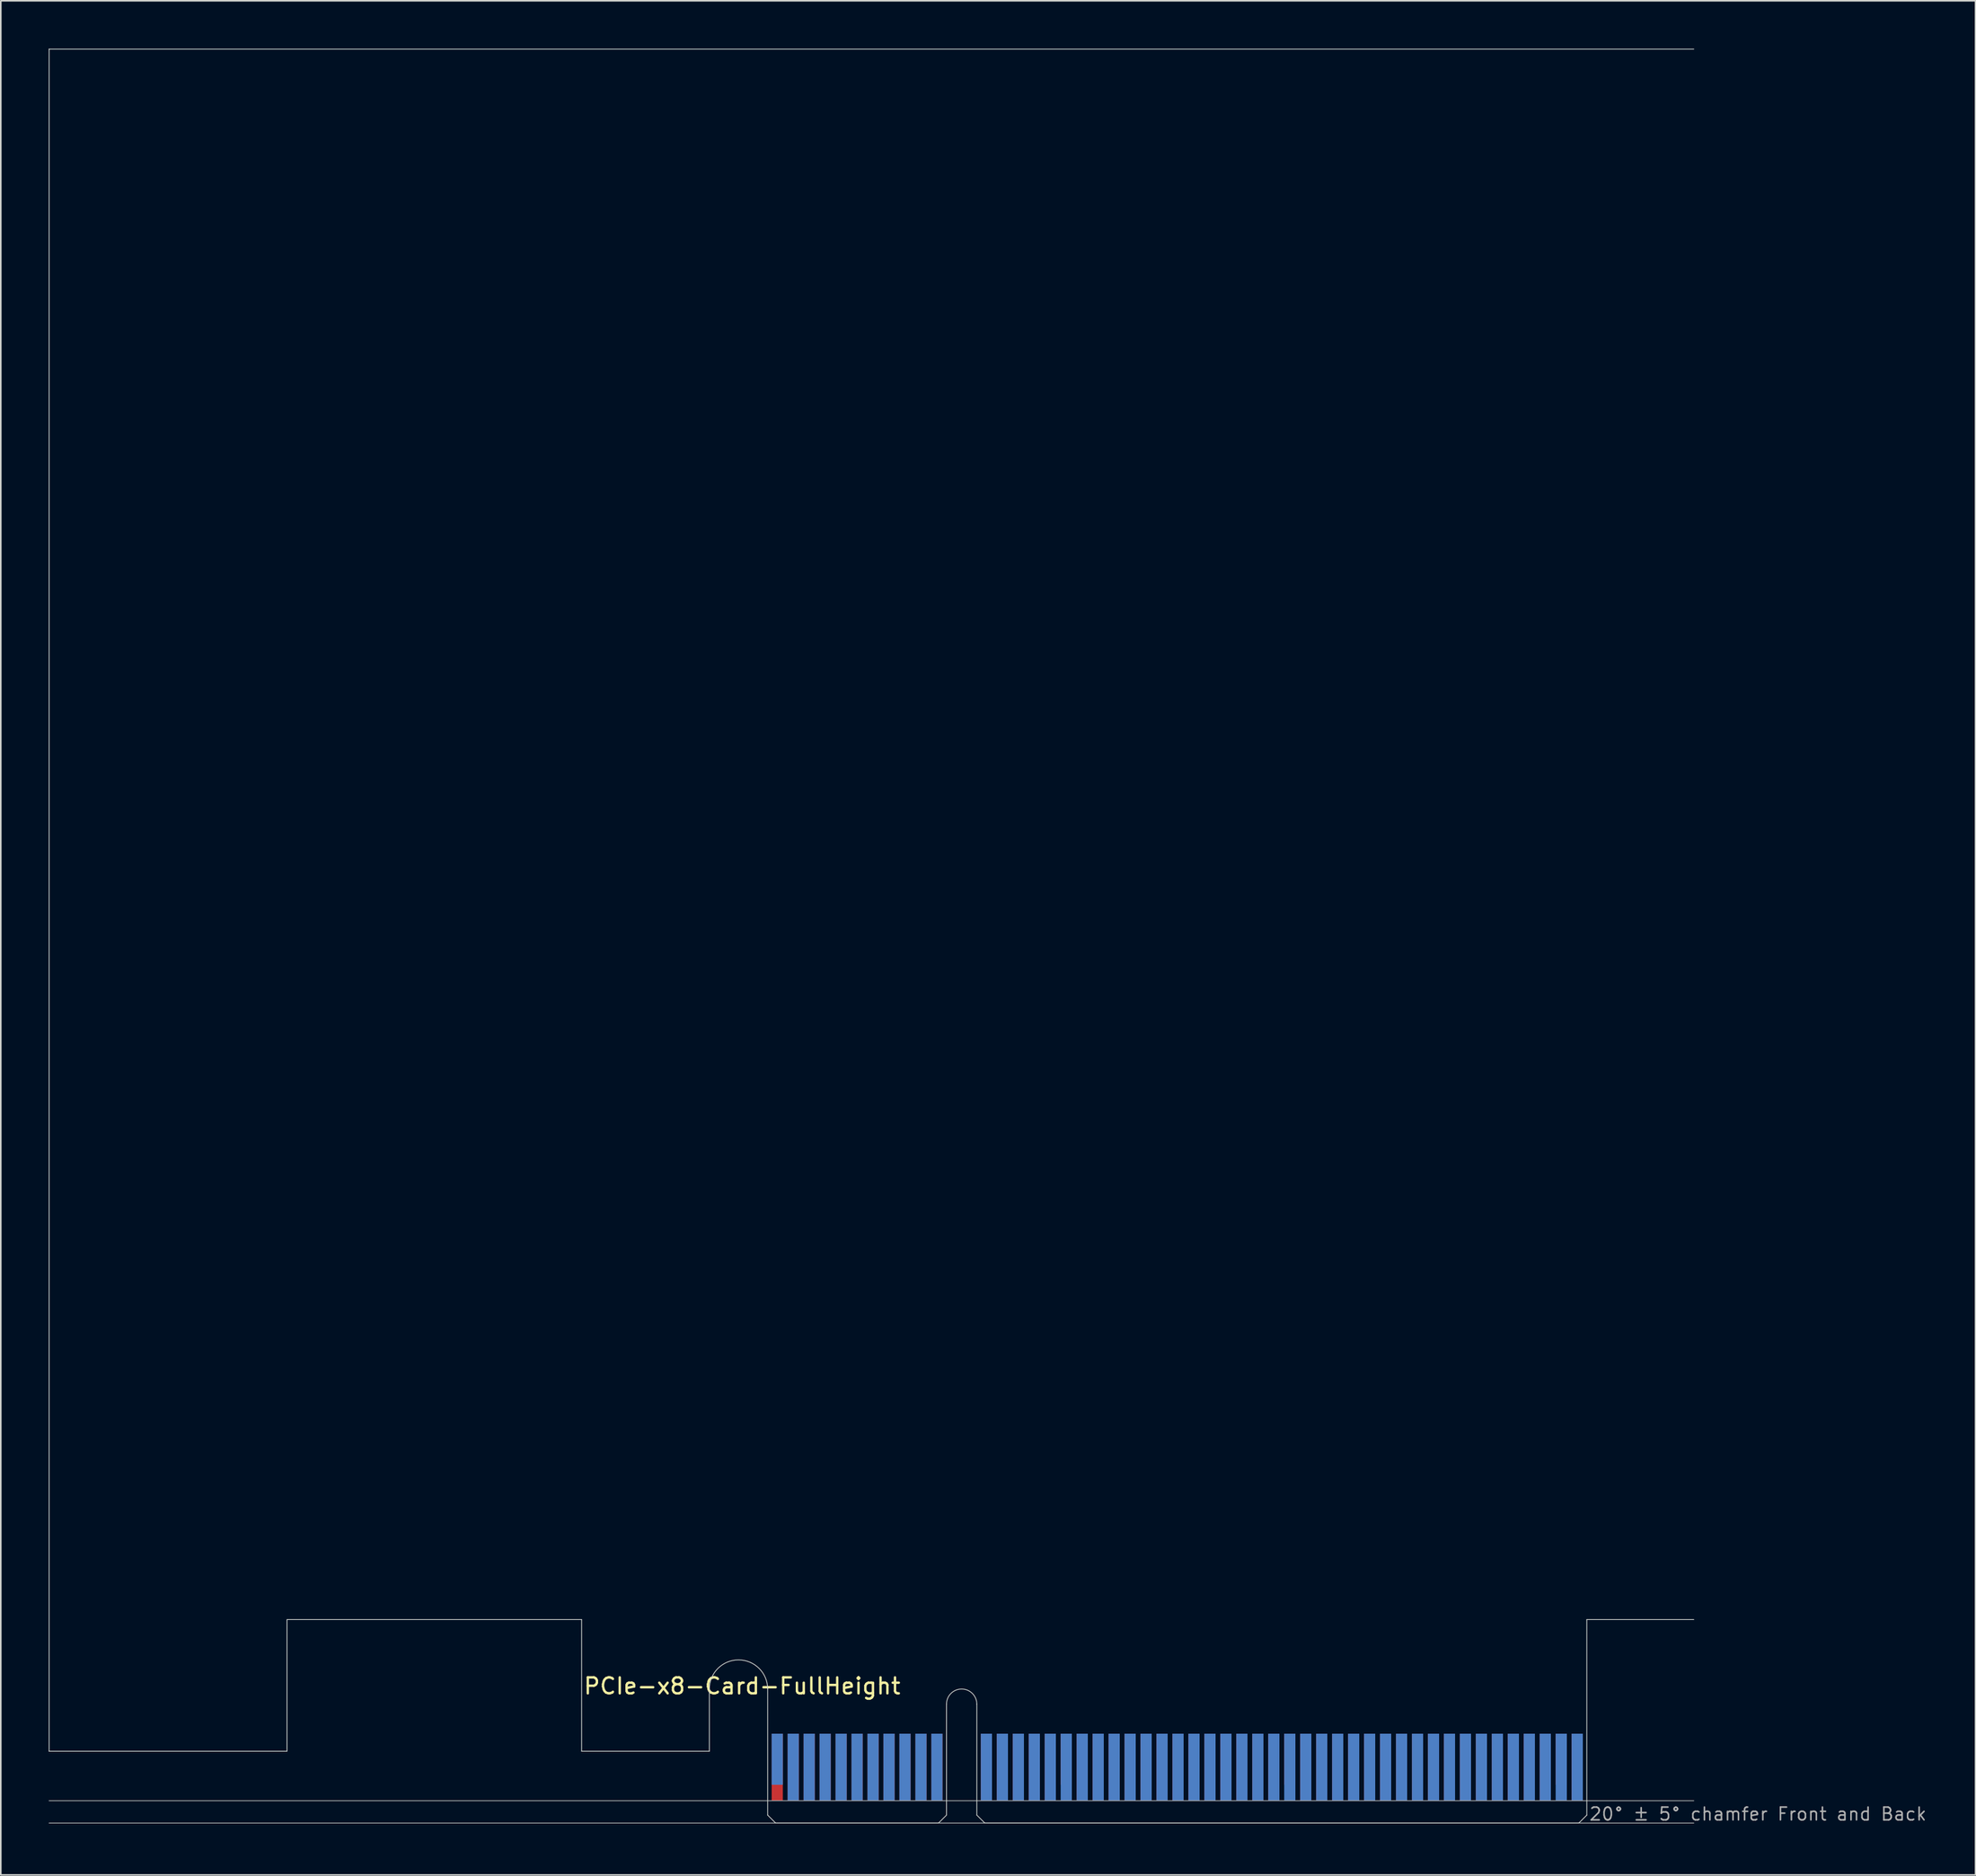
<source format=kicad_pcb>
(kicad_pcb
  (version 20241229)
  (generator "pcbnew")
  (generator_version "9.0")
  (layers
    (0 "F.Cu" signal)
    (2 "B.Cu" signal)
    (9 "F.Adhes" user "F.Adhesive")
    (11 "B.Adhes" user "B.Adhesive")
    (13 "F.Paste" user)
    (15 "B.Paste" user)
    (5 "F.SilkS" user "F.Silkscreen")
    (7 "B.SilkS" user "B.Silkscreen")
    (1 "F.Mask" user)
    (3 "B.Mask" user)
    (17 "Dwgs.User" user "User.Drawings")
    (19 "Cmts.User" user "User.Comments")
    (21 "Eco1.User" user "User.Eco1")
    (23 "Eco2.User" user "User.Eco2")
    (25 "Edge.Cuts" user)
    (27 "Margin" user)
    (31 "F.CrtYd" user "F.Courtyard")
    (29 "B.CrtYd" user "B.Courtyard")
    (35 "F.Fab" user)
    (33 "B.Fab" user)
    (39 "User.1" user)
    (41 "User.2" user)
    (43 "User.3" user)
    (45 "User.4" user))
  (footprint "PCIe-x8-Card-FullHeight"
    (layer "F.Cu")
    (at 45.025 111.175)
    (property "Reference" "PCIe-x8-Card-FullHeight" (at -11.6 -8 0) (layer "F.SilkS") (effects (font (size 1 1) (thickness 0.15)) (justify left bottom)))
    (attr exclude_from_pos_files exclude_from_bom)
    (fp_poly (pts (xy -3.65 -4.5) (xy -11.65 -4.5) (xy -11.65 -7.95) (xy -3.65 -7.95)) (stroke (width 0.1) (type solid)) (fill yes) (layer "F.Mask"))
    (fp_poly (pts (xy 11.2 -5.45) (xy 0 -5.45) (xy 0 0) (xy 11.2 0)) (stroke (width 0.1) (type solid)) (fill yes) (layer "F.Mask"))
    (fp_poly (pts (xy 51.3 -5.45) (xy 13.1 -5.45) (xy 13.1 0) (xy 51.3 0)) (stroke (width 0.1) (type solid)) (fill yes) (layer "F.Mask"))
    (fp_poly (pts (xy -3.65 -7.95) (xy -11.65 -7.95) (xy -11.65 -4.5) (xy -3.65 -4.5)) (stroke (width 0.1) (type solid)) (fill yes) (layer "B.Mask"))
    (fp_poly (pts (xy 11.2 0) (xy 0 0) (xy 0 -5.45) (xy 11.2 -5.45)) (stroke (width 0.1) (type solid)) (fill yes) (layer "B.Mask"))
    (fp_poly (pts (xy 51.3 -5.45) (xy 13.1 -5.45) (xy 13.1 0) (xy 51.3 0)) (stroke (width 0.1) (type solid)) (fill yes) (layer "B.Mask"))
    (fp_line (start -45 -111.15) (end 58 -111.15) (stroke (width 0.05) (type solid)) (layer "Edge.Cuts"))
    (fp_line (start -45 -4.5) (end -45 -111.15) (stroke (width 0.05) (type solid)) (layer "Edge.Cuts"))
    (fp_line (start -30.1 -12.75) (end -30.1 -4.5) (stroke (width 0.05) (type solid)) (layer "Edge.Cuts"))
    (fp_line (start -30.1 -4.5) (end -45 -4.5) (stroke (width 0.05) (type solid)) (layer "Edge.Cuts"))
    (fp_line (start -11.65 -12.75) (end -30.1 -12.75) (stroke (width 0.05) (type solid)) (layer "Edge.Cuts"))
    (fp_line (start -11.65 -4.5) (end -11.65 -12.75) (stroke (width 0.05) (type solid)) (layer "Edge.Cuts"))
    (fp_line (start -3.65 -4.5) (end -11.65 -4.5) (stroke (width 0.05) (type solid)) (layer "Edge.Cuts"))
    (fp_line (start -3.65 -4.5) (end -3.65 -8.4) (stroke (width 0.05) (type solid)) (layer "Edge.Cuts"))
    (fp_line (start 0 -0.5) (end 0 -8.4) (stroke (width 0.05) (type solid)) (layer "Edge.Cuts"))
    (fp_line (start 0.5 0) (end 0 -0.5) (stroke (width 0.05) (type solid)) (layer "Edge.Cuts"))
    (fp_line (start 0.5 0) (end 10.7 0) (stroke (width 0.05) (type solid)) (layer "Edge.Cuts"))
    (fp_line (start 10.7 0) (end 11.2 -0.5) (stroke (width 0.05) (type solid)) (layer "Edge.Cuts"))
    (fp_line (start 11.2 -0.5) (end 11.2 -7.45) (stroke (width 0.05) (type solid)) (layer "Edge.Cuts"))
    (fp_line (start 13.1 -0.5) (end 13.1 -7.45) (stroke (width 0.05) (type solid)) (layer "Edge.Cuts"))
    (fp_line (start 13.6 0) (end 13.1 -0.5) (stroke (width 0.05) (type solid)) (layer "Edge.Cuts"))
    (fp_line (start 50.8 0) (end 13.6 0) (stroke (width 0.05) (type solid)) (layer "Edge.Cuts"))
    (fp_line (start 50.8 0) (end 51.3 -0.5) (stroke (width 0.05) (type solid)) (layer "Edge.Cuts"))
    (fp_line (start 51.3 -12.75) (end 58 -12.75) (stroke (width 0.05) (type solid)) (layer "Edge.Cuts"))
    (fp_line (start 51.3 -0.5) (end 51.3 -12.75) (stroke (width 0.05) (type solid)) (layer "Edge.Cuts"))
    (fp_arc (start -3.65 -8.4) (mid -1.825 -10.225) (end 0 -8.4) (stroke (width 0.05) (type solid)) (layer "Edge.Cuts"))
    (fp_arc (start 11.2 -7.45) (mid 12.15 -8.4) (end 13.1 -7.45) (stroke (width 0.05) (type solid)) (layer "Edge.Cuts"))
    (fp_line (start -45 -1.4) (end 58 -1.4) (stroke (width 0.05) (type solid)) (layer "F.Fab"))
    (fp_line (start -45 0) (end 58 0) (stroke (width 0.05) (type solid)) (layer "F.Fab"))
    (fp_text user "20° ± 5° chamfer Front and Back" (at 51.4 -0.1 0) (layer "F.Fab") (effects (font (size 0.8 0.8) (thickness 0.1)) (justify left bottom)))
    (pad "A1" smd rect (at 0.6 -4) (size 0.7 3.2) (layers "B.Cu"))
    (pad "A2" smd rect (at 1.6 -3.5) (size 0.7 4.2) (layers "B.Cu"))
    (pad "A3" smd rect (at 2.6 -3.5) (size 0.7 4.2) (layers "B.Cu"))
    (pad "A4" smd rect (at 3.6 -3.5) (size 0.7 4.2) (layers "B.Cu"))
    (pad "A5" smd rect (at 4.6 -3.5) (size 0.7 4.2) (layers "B.Cu"))
    (pad "A6" smd rect (at 5.6 -3.5) (size 0.7 4.2) (layers "B.Cu"))
    (pad "A7" smd rect (at 6.6 -3.5) (size 0.7 4.2) (layers "B.Cu"))
    (pad "A8" smd rect (at 7.6 -3.5) (size 0.7 4.2) (layers "B.Cu"))
    (pad "A9" smd rect (at 8.6 -3.5) (size 0.7 4.2) (layers "B.Cu"))
    (pad "A10" smd rect (at 9.6 -3.5) (size 0.7 4.2) (layers "B.Cu"))
    (pad "A11" smd rect (at 10.6 -3.5) (size 0.7 4.2) (layers "B.Cu"))
    (pad "A12" smd rect (at 13.7 -3.5) (size 0.7 4.2) (layers "B.Cu"))
    (pad "A13" smd rect (at 14.7 -3.5) (size 0.7 4.2) (layers "B.Cu"))
    (pad "A14" smd rect (at 15.7 -3.5) (size 0.7 4.2) (layers "B.Cu"))
    (pad "A15" smd rect (at 16.7 -3.5) (size 0.7 4.2) (layers "B.Cu"))
    (pad "A16" smd rect (at 17.7 -3.5) (size 0.7 4.2) (layers "B.Cu"))
    (pad "A17" smd rect (at 18.7 -3.5) (size 0.7 4.2) (layers "B.Cu"))
    (pad "A18" smd rect (at 19.7 -3.5) (size 0.7 4.2) (layers "B.Cu"))
    (pad "A19" smd rect (at 20.7 -3.5) (size 0.7 4.2) (layers "B.Cu"))
    (pad "A20" smd rect (at 21.7 -3.5) (size 0.7 4.2) (layers "B.Cu"))
    (pad "A21" smd rect (at 22.7 -3.5) (size 0.7 4.2) (layers "B.Cu"))
    (pad "A22" smd rect (at 23.7 -3.5) (size 0.7 4.2) (layers "B.Cu"))
    (pad "A23" smd rect (at 24.7 -3.5) (size 0.7 4.2) (layers "B.Cu"))
    (pad "A24" smd rect (at 25.7 -3.5) (size 0.7 4.2) (layers "B.Cu"))
    (pad "A25" smd rect (at 26.7 -3.5) (size 0.7 4.2) (layers "B.Cu"))
    (pad "A26" smd rect (at 27.7 -3.5) (size 0.7 4.2) (layers "B.Cu"))
    (pad "A27" smd rect (at 28.7 -3.5) (size 0.7 4.2) (layers "B.Cu"))
    (pad "A28" smd rect (at 29.7 -3.5) (size 0.7 4.2) (layers "B.Cu"))
    (pad "A29" smd rect (at 30.7 -3.5) (size 0.7 4.2) (layers "B.Cu"))
    (pad "A30" smd rect (at 31.7 -3.5) (size 0.7 4.2) (layers "B.Cu"))
    (pad "A31" smd rect (at 32.7 -3.5) (size 0.7 4.2) (layers "B.Cu"))
    (pad "A32" smd rect (at 33.7 -3.5) (size 0.7 4.2) (layers "B.Cu"))
    (pad "A33" smd rect (at 34.7 -3.5) (size 0.7 4.2) (layers "B.Cu"))
    (pad "A34" smd rect (at 35.7 -3.5) (size 0.7 4.2) (layers "B.Cu"))
    (pad "A35" smd rect (at 36.7 -3.5) (size 0.7 4.2) (layers "B.Cu"))
    (pad "A36" smd rect (at 37.7 -3.5) (size 0.7 4.2) (layers "B.Cu"))
    (pad "A37" smd rect (at 38.7 -3.5) (size 0.7 4.2) (layers "B.Cu"))
    (pad "A38" smd rect (at 39.7 -3.5) (size 0.7 4.2) (layers "B.Cu"))
    (pad "A39" smd rect (at 40.7 -3.5) (size 0.7 4.2) (layers "B.Cu"))
    (pad "A40" smd rect (at 41.7 -3.5) (size 0.7 4.2) (layers "B.Cu"))
    (pad "A41" smd rect (at 42.7 -3.5) (size 0.7 4.2) (layers "B.Cu"))
    (pad "A42" smd rect (at 43.7 -3.5) (size 0.7 4.2) (layers "B.Cu"))
    (pad "A43" smd rect (at 44.7 -3.5) (size 0.7 4.2) (layers "B.Cu"))
    (pad "A44" smd rect (at 45.7 -3.5) (size 0.7 4.2) (layers "B.Cu"))
    (pad "A45" smd rect (at 46.7 -3.5) (size 0.7 4.2) (layers "B.Cu"))
    (pad "A46" smd rect (at 47.7 -3.5) (size 0.7 4.2) (layers "B.Cu"))
    (pad "A47" smd rect (at 48.7 -3.5) (size 0.7 4.2) (layers "B.Cu"))
    (pad "A48" smd rect (at 49.7 -3.5) (size 0.7 4.2) (layers "B.Cu"))
    (pad "A49" smd rect (at 50.7 -3.5) (size 0.7 4.2) (layers "B.Cu"))
    (pad "B1" smd rect (at 0.6 -3.5) (size 0.7 4.2) (layers "F.Cu"))
    (pad "B2" smd rect (at 1.6 -3.5) (size 0.7 4.2) (layers "F.Cu"))
    (pad "B3" smd rect (at 2.6 -3.5) (size 0.7 4.2) (layers "F.Cu"))
    (pad "B4" smd rect (at 3.6 -3.5) (size 0.7 4.2) (layers "F.Cu"))
    (pad "B5" smd rect (at 4.6 -3.5) (size 0.7 4.2) (layers "F.Cu"))
    (pad "B6" smd rect (at 5.6 -3.5) (size 0.7 4.2) (layers "F.Cu"))
    (pad "B7" smd rect (at 6.6 -3.5) (size 0.7 4.2) (layers "F.Cu"))
    (pad "B8" smd rect (at 7.6 -3.5) (size 0.7 4.2) (layers "F.Cu"))
    (pad "B9" smd rect (at 8.6 -3.5) (size 0.7 4.2) (layers "F.Cu"))
    (pad "B10" smd rect (at 9.6 -3.5) (size 0.7 4.2) (layers "F.Cu"))
    (pad "B11" smd rect (at 10.6 -3.5) (size 0.7 4.2) (layers "F.Cu"))
    (pad "B12" smd rect (at 13.7 -3.5) (size 0.7 4.2) (layers "F.Cu"))
    (pad "B13" smd rect (at 14.7 -3.5) (size 0.7 4.2) (layers "F.Cu"))
    (pad "B14" smd rect (at 15.7 -3.5) (size 0.7 4.2) (layers "F.Cu"))
    (pad "B15" smd rect (at 16.7 -3.5) (size 0.7 4.2) (layers "F.Cu"))
    (pad "B16" smd rect (at 17.7 -3.5) (size 0.7 4.2) (layers "F.Cu"))
    (pad "B17" smd rect (at 18.7 -4) (size 0.7 3.2) (layers "F.Cu"))
    (pad "B18" smd rect (at 19.7 -3.5) (size 0.7 4.2) (layers "F.Cu"))
    (pad "B19" smd rect (at 20.7 -3.5) (size 0.7 4.2) (layers "F.Cu"))
    (pad "B20" smd rect (at 21.7 -3.5) (size 0.7 4.2) (layers "F.Cu"))
    (pad "B21" smd rect (at 22.7 -3.5) (size 0.7 4.2) (layers "F.Cu"))
    (pad "B22" smd rect (at 23.7 -3.5) (size 0.7 4.2) (layers "F.Cu"))
    (pad "B23" smd rect (at 24.7 -3.5) (size 0.7 4.2) (layers "F.Cu"))
    (pad "B24" smd rect (at 25.7 -3.5) (size 0.7 4.2) (layers "F.Cu"))
    (pad "B25" smd rect (at 26.7 -3.5) (size 0.7 4.2) (layers "F.Cu"))
    (pad "B26" smd rect (at 27.7 -3.5) (size 0.7 4.2) (layers "F.Cu"))
    (pad "B27" smd rect (at 28.7 -3.5) (size 0.7 4.2) (layers "F.Cu"))
    (pad "B28" smd rect (at 29.7 -3.5) (size 0.7 4.2) (layers "F.Cu"))
    (pad "B29" smd rect (at 30.7 -3.5) (size 0.7 4.2) (layers "F.Cu"))
    (pad "B30" smd rect (at 31.7 -3.5) (size 0.7 4.2) (layers "F.Cu"))
    (pad "B31" smd rect (at 32.7 -4) (size 0.7 3.2) (layers "F.Cu"))
    (pad "B32" smd rect (at 33.7 -3.5) (size 0.7 4.2) (layers "F.Cu"))
    (pad "B33" smd rect (at 34.7 -3.5) (size 0.7 4.2) (layers "F.Cu"))
    (pad "B34" smd rect (at 35.7 -3.5) (size 0.7 4.2) (layers "F.Cu"))
    (pad "B35" smd rect (at 36.7 -3.5) (size 0.7 4.2) (layers "F.Cu"))
    (pad "B36" smd rect (at 37.7 -3.5) (size 0.7 4.2) (layers "F.Cu"))
    (pad "B37" smd rect (at 38.7 -3.5) (size 0.7 4.2) (layers "F.Cu"))
    (pad "B38" smd rect (at 39.7 -3.5) (size 0.7 4.2) (layers "F.Cu"))
    (pad "B39" smd rect (at 40.7 -3.5) (size 0.7 4.2) (layers "F.Cu"))
    (pad "B40" smd rect (at 41.7 -3.5) (size 0.7 4.2) (layers "F.Cu"))
    (pad "B41" smd rect (at 42.7 -3.5) (size 0.7 4.2) (layers "F.Cu"))
    (pad "B42" smd rect (at 43.7 -3.5) (size 0.7 4.2) (layers "F.Cu"))
    (pad "B43" smd rect (at 44.7 -3.5) (size 0.7 4.2) (layers "F.Cu"))
    (pad "B44" smd rect (at 45.7 -3.5) (size 0.7 4.2) (layers "F.Cu"))
    (pad "B45" smd rect (at 46.7 -3.5) (size 0.7 4.2) (layers "F.Cu"))
    (pad "B46" smd rect (at 47.7 -3.5) (size 0.7 4.2) (layers "F.Cu"))
    (pad "B47" smd rect (at 48.7 -3.5) (size 0.7 4.2) (layers "F.Cu"))
    (pad "B48" smd rect (at 49.7 -4) (size 0.7 3.2) (layers "F.Cu"))
    (pad "B49" smd rect (at 50.7 -3.5) (size 0.7 4.2) (layers "F.Cu")))
  (gr_rect
    (start -3 -3)
    (end 120.67 114.425)
    (stroke (width 0.1) (type default))
    (fill no)
    (layer "Edge.Cuts")))
</source>
